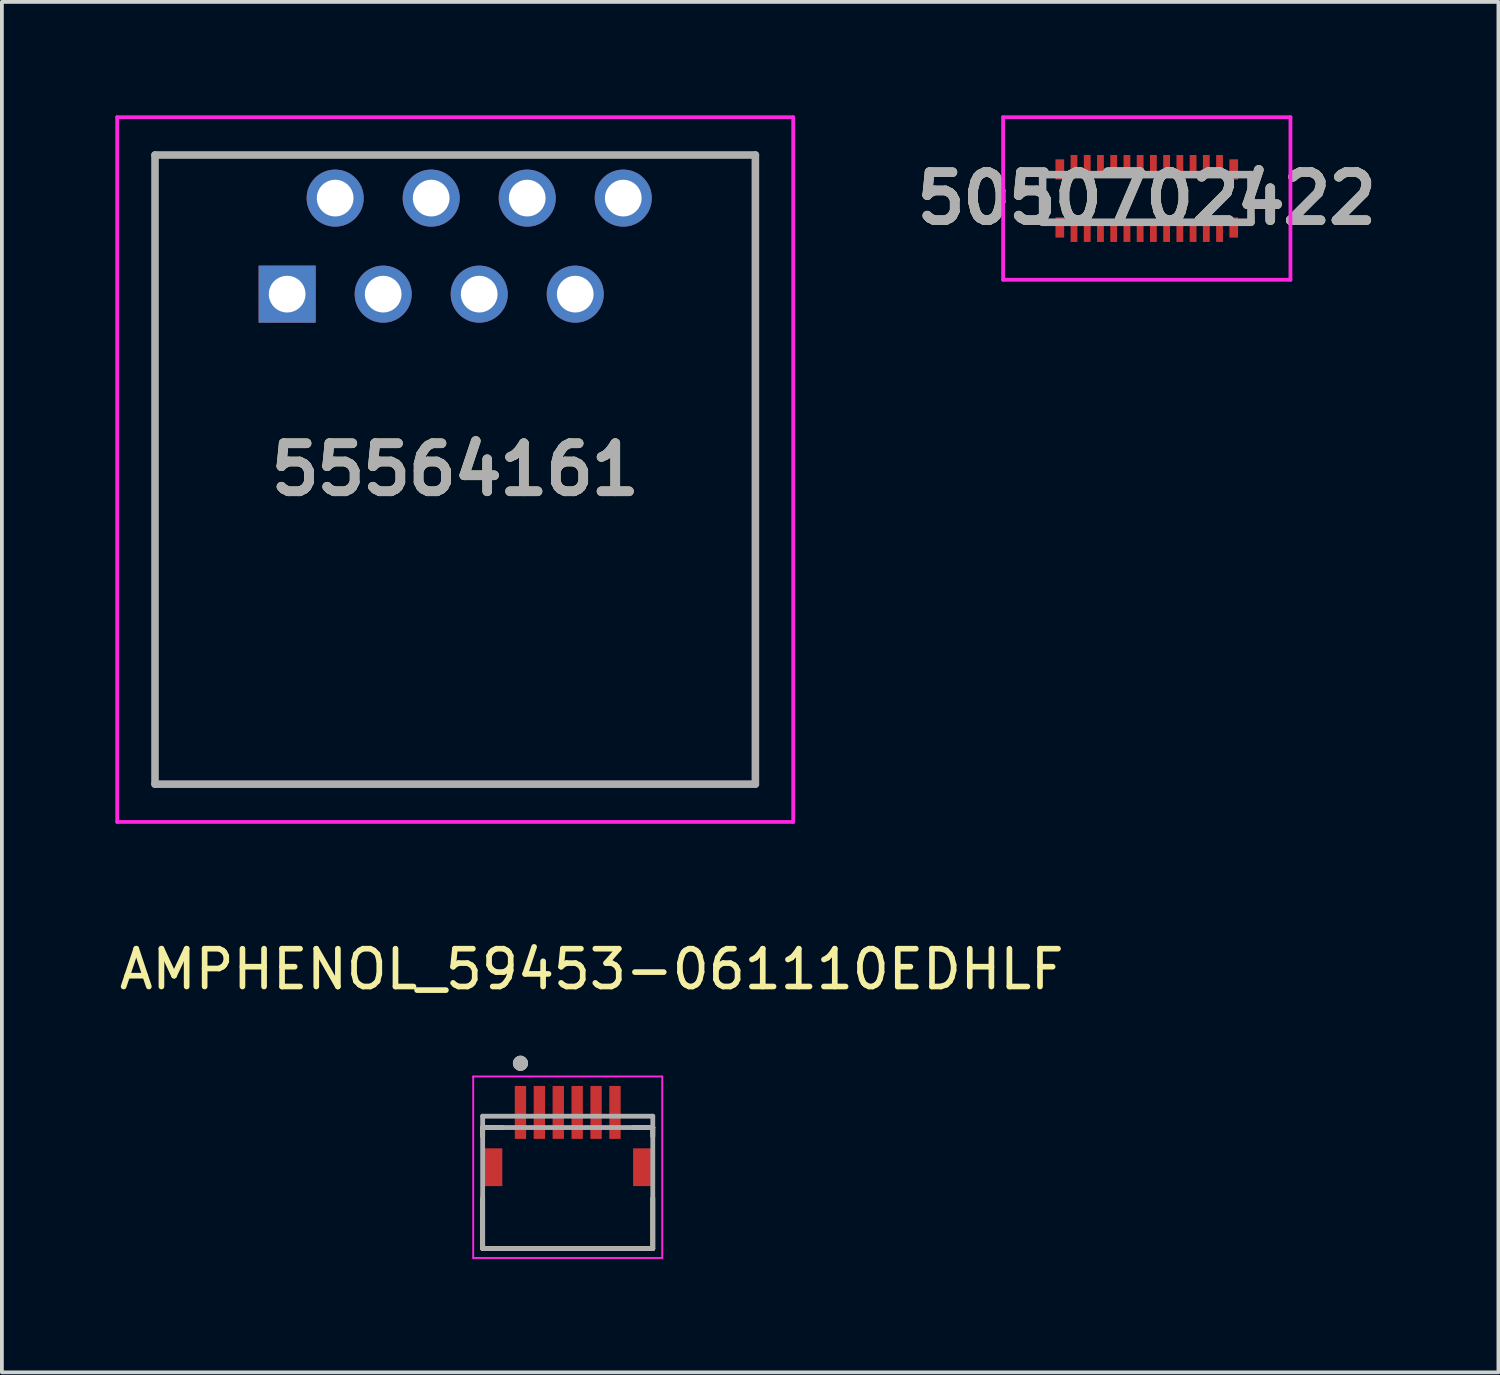
<source format=kicad_pcb>
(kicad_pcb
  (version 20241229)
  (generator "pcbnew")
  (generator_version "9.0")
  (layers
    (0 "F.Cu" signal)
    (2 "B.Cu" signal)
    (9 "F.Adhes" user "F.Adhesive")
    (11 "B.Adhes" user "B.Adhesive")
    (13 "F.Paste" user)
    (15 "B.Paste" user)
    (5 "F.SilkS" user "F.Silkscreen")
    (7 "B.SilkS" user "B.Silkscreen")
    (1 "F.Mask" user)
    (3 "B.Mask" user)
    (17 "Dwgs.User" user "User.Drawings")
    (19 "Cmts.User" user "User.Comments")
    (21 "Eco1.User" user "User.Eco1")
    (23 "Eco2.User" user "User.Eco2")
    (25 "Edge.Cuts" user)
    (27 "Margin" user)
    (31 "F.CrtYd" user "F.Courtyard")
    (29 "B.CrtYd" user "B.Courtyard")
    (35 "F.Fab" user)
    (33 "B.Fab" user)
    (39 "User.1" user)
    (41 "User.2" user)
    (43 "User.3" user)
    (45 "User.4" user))
  (footprint "AMPHENOL_59453-061110EDHLF"
    (layer "F.Cu")
    (at 11.966 28.223)
    (property "Reference" "AMPHENOL_59453-061110EDHLF" (at 0.635 -5.635 0) (layer "F.SilkS") (effects (font (size 1 1) (thickness 0.15))))
    (attr smd)
    (fp_poly (pts (xy -1.45 -2.6) (xy -1.05 -2.6) (xy -1.05 -1.1) (xy -1.45 -1.1)) (stroke (width 0.01) (type solid)) (fill yes) (layer "F.Mask"))
    (fp_poly (pts (xy -0.95 -2.6) (xy -0.55 -2.6) (xy -0.55 -1.1) (xy -0.95 -1.1)) (stroke (width 0.01) (type solid)) (fill yes) (layer "F.Mask"))
    (fp_poly (pts (xy -0.45 -2.6) (xy -0.05 -2.6) (xy -0.05 -1.1) (xy -0.45 -1.1)) (stroke (width 0.01) (type solid)) (fill yes) (layer "F.Mask"))
    (fp_poly (pts (xy 0.05 -2.6) (xy 0.45 -2.6) (xy 0.45 -1.1) (xy 0.05 -1.1)) (stroke (width 0.01) (type solid)) (fill yes) (layer "F.Mask"))
    (fp_poly (pts (xy 0.55 -2.6) (xy 0.95 -2.6) (xy 0.95 -1.1) (xy 0.55 -1.1)) (stroke (width 0.01) (type solid)) (fill yes) (layer "F.Mask"))
    (fp_poly (pts (xy 1.05 -2.6) (xy 1.45 -2.6) (xy 1.45 -1.1) (xy 1.05 -1.1)) (stroke (width 0.01) (type solid)) (fill yes) (layer "F.Mask"))
    (fp_line (start -2.25 -1.45) (end -1.72 -1.45) (stroke (width 0.127) (type solid)) (layer "F.SilkS"))
    (fp_line (start -2.25 -1.22) (end -2.25 -1.45) (stroke (width 0.127) (type solid)) (layer "F.SilkS"))
    (fp_line (start -2.25 1.75) (end -2.25 0.42) (stroke (width 0.127) (type solid)) (layer "F.SilkS"))
    (fp_line (start 1.72 -1.45) (end 2.25 -1.45) (stroke (width 0.127) (type solid)) (layer "F.SilkS"))
    (fp_line (start 2.25 -1.45) (end 2.25 -1.22) (stroke (width 0.127) (type solid)) (layer "F.SilkS"))
    (fp_line (start 2.25 1.75) (end -2.25 1.75) (stroke (width 0.127) (type solid)) (layer "F.SilkS"))
    (fp_line (start 2.25 1.75) (end 2.25 0.42) (stroke (width 0.127) (type solid)) (layer "F.SilkS"))
    (fp_circle (center -1.25 -3.15) (end -1.15 -3.15) (stroke (width 0.2) (type solid)) (fill no) (layer "F.SilkS"))
    (fp_line (start -2.5 -2.8) (end -2.5 2) (stroke (width 0.05) (type solid)) (layer "F.CrtYd"))
    (fp_line (start -2.5 2) (end 2.5 2) (stroke (width 0.05) (type solid)) (layer "F.CrtYd"))
    (fp_line (start 2.5 -2.8) (end -2.5 -2.8) (stroke (width 0.05) (type solid)) (layer "F.CrtYd"))
    (fp_line (start 2.5 2) (end 2.5 -2.8) (stroke (width 0.05) (type solid)) (layer "F.CrtYd"))
    (fp_line (start -2.25 -1.75) (end 2.25 -1.75) (stroke (width 0.127) (type solid)) (layer "F.Fab"))
    (fp_line (start -2.25 -1.45) (end -2.25 -1.75) (stroke (width 0.127) (type solid)) (layer "F.Fab"))
    (fp_line (start -2.25 -1.45) (end 2.25 -1.45) (stroke (width 0.127) (type solid)) (layer "F.Fab"))
    (fp_line (start -2.25 1.75) (end -2.25 -1.45) (stroke (width 0.127) (type solid)) (layer "F.Fab"))
    (fp_line (start 2.25 -1.75) (end 2.25 -1.45) (stroke (width 0.127) (type solid)) (layer "F.Fab"))
    (fp_line (start 2.25 -1.45) (end 2.25 1.75) (stroke (width 0.127) (type solid)) (layer "F.Fab"))
    (fp_line (start 2.25 1.75) (end -2.25 1.75) (stroke (width 0.127) (type solid)) (layer "F.Fab"))
    (fp_circle (center -1.25 -3.15) (end -1.15 -3.15) (stroke (width 0.2) (type solid)) (fill no) (layer "F.Fab"))
    (pad "1" smd rect (at -1.25 -1.85) (size 0.3 1.4) (layers "F.Cu" "F.Paste"))
    (pad "2" smd rect (at -0.75 -1.85) (size 0.3 1.4) (layers "F.Cu" "F.Paste"))
    (pad "3" smd rect (at -0.25 -1.85) (size 0.3 1.4) (layers "F.Cu" "F.Paste"))
    (pad "4" smd rect (at 0.25 -1.85) (size 0.3 1.4) (layers "F.Cu" "F.Paste"))
    (pad "5" smd rect (at 0.75 -1.85) (size 0.3 1.4) (layers "F.Cu" "F.Paste"))
    (pad "6" smd rect (at 1.25 -1.85) (size 0.3 1.4) (layers "F.Cu" "F.Paste"))
    (pad "7" smd rect (at -1.99 -0.4) (size 0.52 1) (layers "F.Cu" "F.Mask" "F.Paste"))
    (pad "8" smd rect (at 1.99 -0.4) (size 0.52 1) (layers "F.Cu" "F.Mask" "F.Paste")))
  (footprint "55564161"
    (layer "F.Cu")
    (at 4.545 4.73)
    (property "Reference" "55564161" (at 4.445 4.64 0) (layer "F.SilkS") (effects (font (size 1.27 1.27) (thickness 0.254))))
    (attr through_hole)
    (fp_line (start -3.495 -3.68) (end 12.385 -3.68) (stroke (width 0.1) (type solid)) (layer "F.SilkS"))
    (fp_line (start -3.495 12.96) (end -3.495 -3.68) (stroke (width 0.1) (type solid)) (layer "F.SilkS"))
    (fp_line (start 12.385 -3.68) (end 12.385 12.96) (stroke (width 0.1) (type solid)) (layer "F.SilkS"))
    (fp_line (start 12.385 12.96) (end -3.495 12.96) (stroke (width 0.1) (type solid)) (layer "F.SilkS"))
    (fp_line (start -4.495 -4.68) (end 13.385 -4.68) (stroke (width 0.1) (type solid)) (layer "F.CrtYd"))
    (fp_line (start -4.495 13.96) (end -4.495 -4.68) (stroke (width 0.1) (type solid)) (layer "F.CrtYd"))
    (fp_line (start 13.385 -4.68) (end 13.385 13.96) (stroke (width 0.1) (type solid)) (layer "F.CrtYd"))
    (fp_line (start 13.385 13.96) (end -4.495 13.96) (stroke (width 0.1) (type solid)) (layer "F.CrtYd"))
    (fp_line (start -3.495 -3.68) (end 12.385 -3.68) (stroke (width 0.2) (type solid)) (layer "F.Fab"))
    (fp_line (start -3.495 12.96) (end -3.495 -3.68) (stroke (width 0.2) (type solid)) (layer "F.Fab"))
    (fp_line (start 12.385 -3.68) (end 12.385 12.96) (stroke (width 0.2) (type solid)) (layer "F.Fab"))
    (fp_line (start 12.385 12.96) (end -3.495 12.96) (stroke (width 0.2) (type solid)) (layer "F.Fab"))
    (fp_text user "${REFERENCE}" (at 4.445 4.64 0) (layer "F.Fab") (effects (font (size 1.27 1.27) (thickness 0.254))))
    (pad "" np_thru_hole circle (at -1.27 6.35) (size 0.001 0.001) (drill 3.33) (layers "*.Cu" "*.Mask"))
    (pad "" np_thru_hole circle (at 10.16 6.35) (size 0.001 0.001) (drill 3.33) (layers "*.Cu" "*.Mask"))
    (pad "1" thru_hole rect (at 0 0) (size 1.509 1.509) (drill 0.97) (layers "*.Cu" "*.Mask"))
    (pad "2" thru_hole circle (at 1.27 -2.54) (size 1.509 1.509) (drill 0.97) (layers "*.Cu" "*.Mask"))
    (pad "3" thru_hole circle (at 2.54 0) (size 1.509 1.509) (drill 0.97) (layers "*.Cu" "*.Mask"))
    (pad "4" thru_hole circle (at 3.81 -2.54) (size 1.509 1.509) (drill 0.97) (layers "*.Cu" "*.Mask"))
    (pad "5" thru_hole circle (at 5.08 0) (size 1.509 1.509) (drill 0.97) (layers "*.Cu" "*.Mask"))
    (pad "6" thru_hole circle (at 6.35 -2.54) (size 1.509 1.509) (drill 0.97) (layers "*.Cu" "*.Mask"))
    (pad "7" thru_hole circle (at 7.62 0) (size 1.509 1.509) (drill 0.97) (layers "*.Cu" "*.Mask"))
    (pad "8" thru_hole circle (at 8.89 -2.54) (size 1.509 1.509) (drill 0.97) (layers "*.Cu" "*.Mask")))
  (footprint "5050702422"
    (layer "F.Cu")
    (at 27.282 2.199)
    (property "Reference" "5050702422" (at 0 0.001 0) (layer "F.SilkS") (effects (font (size 1.27 1.27) (thickness 0.254))))
    (attr smd)
    (fp_line (start -2.8 -0.63) (end -2.755 0.63) (stroke (width 0.1) (type solid)) (layer "F.SilkS"))
    (fp_line (start 2.755 -0.63) (end 2.8 0.63) (stroke (width 0.1) (type solid)) (layer "F.SilkS"))
    (fp_line (start -3.8 -2.149) (end 3.8 -2.149) (stroke (width 0.1) (type solid)) (layer "F.CrtYd"))
    (fp_line (start -3.8 2.151) (end -3.8 -2.149) (stroke (width 0.1) (type solid)) (layer "F.CrtYd"))
    (fp_line (start 3.8 -2.149) (end 3.8 2.151) (stroke (width 0.1) (type solid)) (layer "F.CrtYd"))
    (fp_line (start 3.8 2.151) (end -3.8 2.151) (stroke (width 0.1) (type solid)) (layer "F.CrtYd"))
    (fp_line (start -2.755 -0.63) (end 2.755 -0.63) (stroke (width 0.2) (type solid)) (layer "F.Fab"))
    (fp_line (start -2.755 0.63) (end -2.755 -0.63) (stroke (width 0.2) (type solid)) (layer "F.Fab"))
    (fp_line (start 2.755 -0.63) (end 2.755 0.63) (stroke (width 0.2) (type solid)) (layer "F.Fab"))
    (fp_line (start 2.755 0.63) (end -2.755 0.63) (stroke (width 0.2) (type solid)) (layer "F.Fab"))
    (fp_text user "${REFERENCE}" (at 0 0.001 0) (layer "F.Fab") (effects (font (size 1.27 1.27) (thickness 0.254))))
    (pad "1" smd rect (at -1.925 0.908) (size 0.18 0.485) (layers "F.Cu" "F.Mask" "F.Paste"))
    (pad "2" smd rect (at -1.925 -0.907) (size 0.18 0.485) (layers "F.Cu" "F.Mask" "F.Paste"))
    (pad "3" smd rect (at -1.575 0.908) (size 0.18 0.485) (layers "F.Cu" "F.Mask" "F.Paste"))
    (pad "4" smd rect (at -1.575 -0.907) (size 0.18 0.485) (layers "F.Cu" "F.Mask" "F.Paste"))
    (pad "5" smd rect (at -1.225 0.908) (size 0.18 0.485) (layers "F.Cu" "F.Mask" "F.Paste"))
    (pad "6" smd rect (at -1.225 -0.907) (size 0.18 0.485) (layers "F.Cu" "F.Mask" "F.Paste"))
    (pad "7" smd rect (at -0.875 0.908) (size 0.18 0.485) (layers "F.Cu" "F.Mask" "F.Paste"))
    (pad "8" smd rect (at -0.875 -0.907) (size 0.18 0.485) (layers "F.Cu" "F.Mask" "F.Paste"))
    (pad "9" smd rect (at -0.525 0.908) (size 0.18 0.485) (layers "F.Cu" "F.Mask" "F.Paste"))
    (pad "10" smd rect (at -0.525 -0.907) (size 0.18 0.485) (layers "F.Cu" "F.Mask" "F.Paste"))
    (pad "11" smd rect (at -0.175 0.908) (size 0.18 0.485) (layers "F.Cu" "F.Mask" "F.Paste"))
    (pad "12" smd rect (at -0.175 -0.907) (size 0.18 0.485) (layers "F.Cu" "F.Mask" "F.Paste"))
    (pad "13" smd rect (at 0.175 0.908) (size 0.18 0.485) (layers "F.Cu" "F.Mask" "F.Paste"))
    (pad "14" smd rect (at 0.175 -0.907) (size 0.18 0.485) (layers "F.Cu" "F.Mask" "F.Paste"))
    (pad "15" smd rect (at 0.525 0.908) (size 0.18 0.485) (layers "F.Cu" "F.Mask" "F.Paste"))
    (pad "16" smd rect (at 0.525 -0.907) (size 0.18 0.485) (layers "F.Cu" "F.Mask" "F.Paste"))
    (pad "17" smd rect (at 0.875 0.908) (size 0.18 0.485) (layers "F.Cu" "F.Mask" "F.Paste"))
    (pad "18" smd rect (at 0.875 -0.907) (size 0.18 0.485) (layers "F.Cu" "F.Mask" "F.Paste"))
    (pad "19" smd rect (at 1.225 0.908) (size 0.18 0.485) (layers "F.Cu" "F.Mask" "F.Paste"))
    (pad "20" smd rect (at 1.225 -0.907) (size 0.18 0.485) (layers "F.Cu" "F.Mask" "F.Paste"))
    (pad "21" smd rect (at 1.575 0.908) (size 0.18 0.485) (layers "F.Cu" "F.Mask" "F.Paste"))
    (pad "22" smd rect (at 1.575 -0.907) (size 0.18 0.485) (layers "F.Cu" "F.Mask" "F.Paste"))
    (pad "23" smd rect (at 1.925 0.908) (size 0.18 0.485) (layers "F.Cu" "F.Mask" "F.Paste"))
    (pad "24" smd rect (at 1.925 -0.907) (size 0.18 0.485) (layers "F.Cu" "F.Mask" "F.Paste"))
    (pad "MP1" smd rect (at -2.3 -0.768) (size 0.23 0.535) (layers "F.Cu" "F.Mask" "F.Paste"))
    (pad "MP2" smd rect (at -2.3 0.768) (size 0.23 0.535) (layers "F.Cu" "F.Mask" "F.Paste"))
    (pad "MP3" smd rect (at 2.3 0.768) (size 0.23 0.535) (layers "F.Cu" "F.Mask" "F.Paste"))
    (pad "MP4" smd rect (at 2.3 -0.768) (size 0.23 0.535) (layers "F.Cu" "F.Mask" "F.Paste")))
  (gr_rect
    (start -3 -3)
    (end 36.583 33.248)
    (stroke (width 0.1) (type default))
    (fill no)
    (layer "Edge.Cuts")))
</source>
